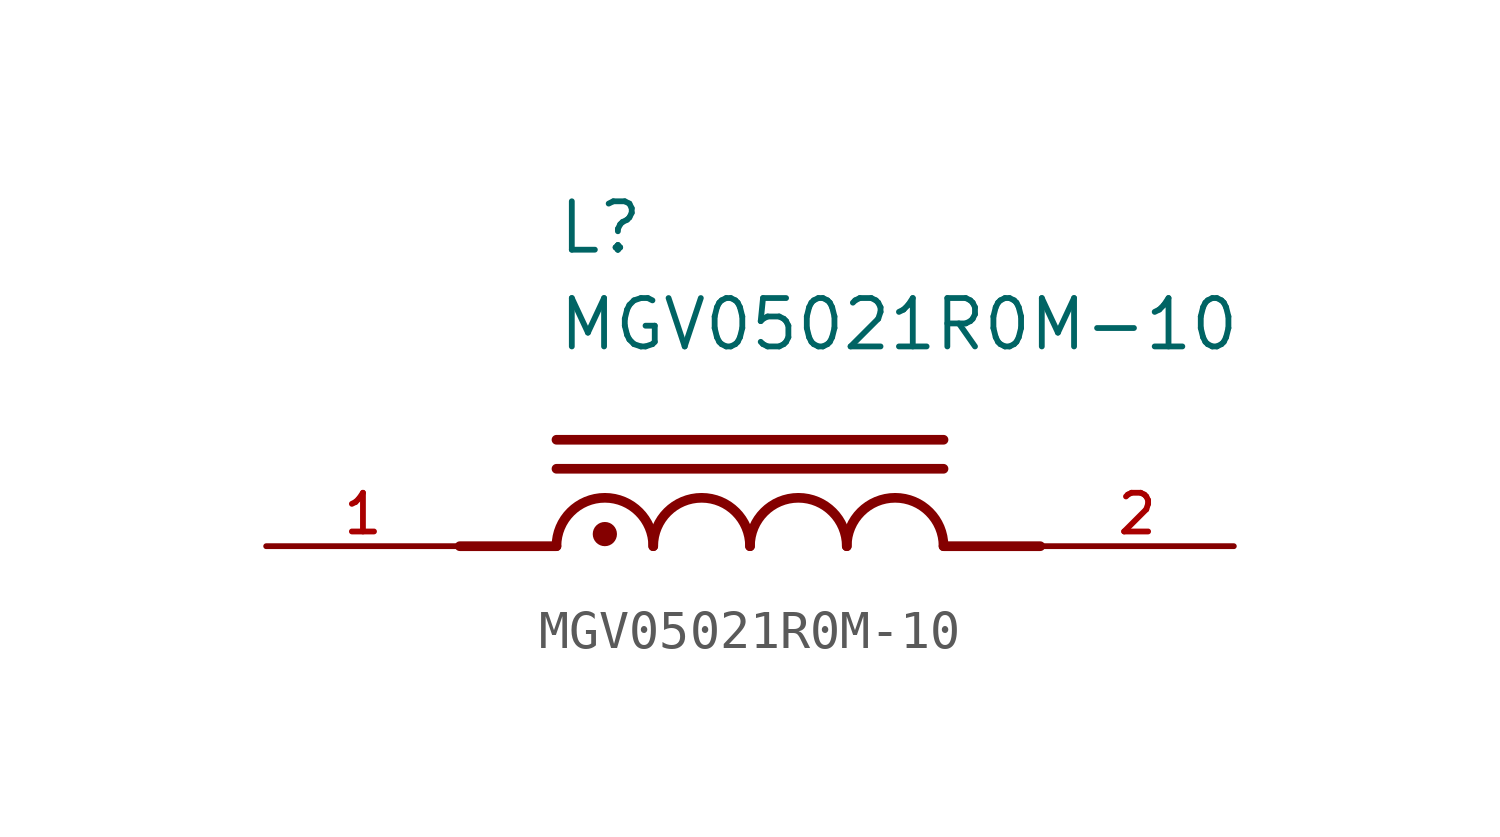
<source format=kicad_sym>
(kicad_symbol_lib
  (version 20211014)
  (generator kicad_symbol_editor)
  (symbol "MGV05021R0M-10"
    (pin_names
      (offset 1.016))
    (property "Reference" "L"
      (at -5.08 7.62 0)
      (effects (font (size 1.27 1.27)) (justify bottom left)))
    (property "Value" "MGV05021R0M-10"
      (at -5.08 5.08 0)
      (effects (font (size 1.27 1.27)) (justify bottom left)))
    (symbol "MGV05021R0M-10_0_0"
      (polyline (pts (xy -5.08 0.0) (xy -7.62 0.0)) (stroke (width 0.254)))
      (polyline (pts (xy 5.08 0.0) (xy 7.62 0.0)) (stroke (width 0.254)))
      (arc (start -2.54 0.0) (mid -3.81 1.27) (end -5.08 0.0) (stroke (width 0.254) (type default) (color 0 0 0 0)) (fill (type none)))
      (arc (start 0.0 0.0) (mid -1.27 1.27) (end -2.54 0.0) (stroke (width 0.254) (type default) (color 0 0 0 0)) (fill (type none)))
      (arc (start 2.54 0.0) (mid 1.27 1.27) (end 0.0 0.0) (stroke (width 0.254) (type default) (color 0 0 0 0)) (fill (type none)))
      (arc (start 5.08 0.0) (mid 3.81 1.27) (end 2.54 0.0) (stroke (width 0.254) (type default) (color 0 0 0 0)) (fill (type none)))
      (circle (center -3.81 0.318) (radius 0.159) (stroke (width 0.318)) (fill (type none)))
      (polyline (pts (xy -5.08 2.032) (xy 5.08 2.032)) (stroke (width 0.254)))
      (polyline (pts (xy -5.08 2.794) (xy 5.08 2.794)) (stroke (width 0.254)))
      (pin passive line (at -12.7 0.0 0) (length 5.08) (name "~" (effects (font (size 1.016 1.016)))) (number "1" (effects (font (size 1.016 1.016)))))
      (pin passive line (at 12.7 0.0 180.0) (length 5.08) (name "~" (effects (font (size 1.016 1.016)))) (number "2" (effects (font (size 1.016 1.016))))))))
</source>
